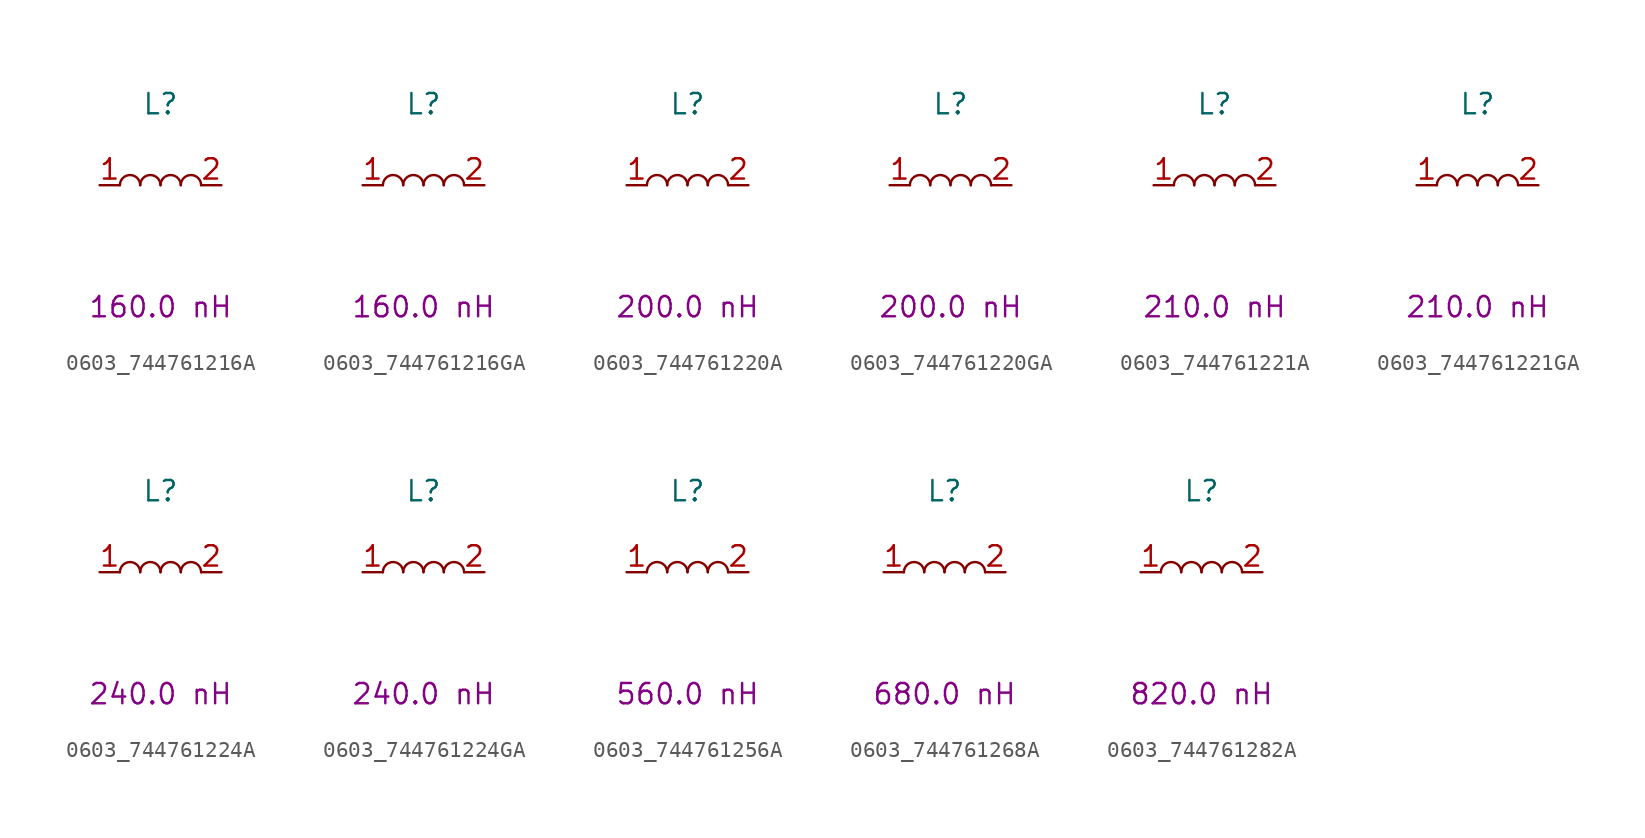
<source format=kicad_sym>
(kicad_symbol_lib
  (version 20220914)
  (generator kicad_symbol_editor)
  (symbol "0603_744761216A"
    (pin_names hide)
    (property "Reference" "L"
      (at 0 5.08 0)
      (effects (font (size 1.27 1.27))))
    (property "Critical Parameter" "160.0 nH"
      (at 0 -7.62 0)
      (effects (font (size 1.27 1.27))))
    (symbol "0603_744761216A_0_1"
      (arc (start -1.27 0) (mid -1.905 0.6323) (end -2.54 0) (stroke (width 0) (type default)) (fill (type none)))
      (arc (start 0 0) (mid -0.635 0.6323) (end -1.27 0) (stroke (width 0) (type default)) (fill (type none)))
      (arc (start 1.27 0) (mid 0.635 0.6323) (end 0 0) (stroke (width 0) (type default)) (fill (type none)))
      (arc (start 2.54 0) (mid 1.905 0.6323) (end 1.27 0) (stroke (width 0) (type default)) (fill (type none))))
    (symbol "0603_744761216A_1_1"
      (pin passive line (at -3.81 0 0) (length 1.27) (name "1" (effects (font (size 1.27 1.27)))) (number "1" (effects (font (size 1.27 1.27)))))
      (pin passive line (at 3.81 0 180) (length 1.27) (name "2" (effects (font (size 1.27 1.27)))) (number "2" (effects (font (size 1.27 1.27)))))))
  (symbol "0603_744761216GA"
    (pin_names hide)
    (property "Reference" "L"
      (at 0 5.08 0)
      (effects (font (size 1.27 1.27))))
    (property "Critical Parameter" "160.0 nH"
      (at 0 -7.62 0)
      (effects (font (size 1.27 1.27))))
    (symbol "0603_744761216GA_0_1"
      (arc (start -1.27 0) (mid -1.905 0.6323) (end -2.54 0) (stroke (width 0) (type default)) (fill (type none)))
      (arc (start 0 0) (mid -0.635 0.6323) (end -1.27 0) (stroke (width 0) (type default)) (fill (type none)))
      (arc (start 1.27 0) (mid 0.635 0.6323) (end 0 0) (stroke (width 0) (type default)) (fill (type none)))
      (arc (start 2.54 0) (mid 1.905 0.6323) (end 1.27 0) (stroke (width 0) (type default)) (fill (type none))))
    (symbol "0603_744761216GA_1_1"
      (pin passive line (at -3.81 0 0) (length 1.27) (name "1" (effects (font (size 1.27 1.27)))) (number "1" (effects (font (size 1.27 1.27)))))
      (pin passive line (at 3.81 0 180) (length 1.27) (name "2" (effects (font (size 1.27 1.27)))) (number "2" (effects (font (size 1.27 1.27)))))))
  (symbol "0603_744761220A"
    (pin_names hide)
    (property "Reference" "L"
      (at 0 5.08 0)
      (effects (font (size 1.27 1.27))))
    (property "Critical Parameter" "200.0 nH"
      (at 0 -7.62 0)
      (effects (font (size 1.27 1.27))))
    (symbol "0603_744761220A_0_1"
      (arc (start -1.27 0) (mid -1.905 0.6323) (end -2.54 0) (stroke (width 0) (type default)) (fill (type none)))
      (arc (start 0 0) (mid -0.635 0.6323) (end -1.27 0) (stroke (width 0) (type default)) (fill (type none)))
      (arc (start 1.27 0) (mid 0.635 0.6323) (end 0 0) (stroke (width 0) (type default)) (fill (type none)))
      (arc (start 2.54 0) (mid 1.905 0.6323) (end 1.27 0) (stroke (width 0) (type default)) (fill (type none))))
    (symbol "0603_744761220A_1_1"
      (pin passive line (at -3.81 0 0) (length 1.27) (name "1" (effects (font (size 1.27 1.27)))) (number "1" (effects (font (size 1.27 1.27)))))
      (pin passive line (at 3.81 0 180) (length 1.27) (name "2" (effects (font (size 1.27 1.27)))) (number "2" (effects (font (size 1.27 1.27)))))))
  (symbol "0603_744761220GA"
    (pin_names hide)
    (property "Reference" "L"
      (at 0 5.08 0)
      (effects (font (size 1.27 1.27))))
    (property "Critical Parameter" "200.0 nH"
      (at 0 -7.62 0)
      (effects (font (size 1.27 1.27))))
    (symbol "0603_744761220GA_0_1"
      (arc (start -1.27 0) (mid -1.905 0.6323) (end -2.54 0) (stroke (width 0) (type default)) (fill (type none)))
      (arc (start 0 0) (mid -0.635 0.6323) (end -1.27 0) (stroke (width 0) (type default)) (fill (type none)))
      (arc (start 1.27 0) (mid 0.635 0.6323) (end 0 0) (stroke (width 0) (type default)) (fill (type none)))
      (arc (start 2.54 0) (mid 1.905 0.6323) (end 1.27 0) (stroke (width 0) (type default)) (fill (type none))))
    (symbol "0603_744761220GA_1_1"
      (pin passive line (at -3.81 0 0) (length 1.27) (name "1" (effects (font (size 1.27 1.27)))) (number "1" (effects (font (size 1.27 1.27)))))
      (pin passive line (at 3.81 0 180) (length 1.27) (name "2" (effects (font (size 1.27 1.27)))) (number "2" (effects (font (size 1.27 1.27)))))))
  (symbol "0603_744761221A"
    (pin_names hide)
    (property "Reference" "L"
      (at 0 5.08 0)
      (effects (font (size 1.27 1.27))))
    (property "Critical Parameter" "210.0 nH"
      (at 0 -7.62 0)
      (effects (font (size 1.27 1.27))))
    (symbol "0603_744761221A_0_1"
      (arc (start -1.27 0) (mid -1.905 0.6323) (end -2.54 0) (stroke (width 0) (type default)) (fill (type none)))
      (arc (start 0 0) (mid -0.635 0.6323) (end -1.27 0) (stroke (width 0) (type default)) (fill (type none)))
      (arc (start 1.27 0) (mid 0.635 0.6323) (end 0 0) (stroke (width 0) (type default)) (fill (type none)))
      (arc (start 2.54 0) (mid 1.905 0.6323) (end 1.27 0) (stroke (width 0) (type default)) (fill (type none))))
    (symbol "0603_744761221A_1_1"
      (pin passive line (at -3.81 0 0) (length 1.27) (name "1" (effects (font (size 1.27 1.27)))) (number "1" (effects (font (size 1.27 1.27)))))
      (pin passive line (at 3.81 0 180) (length 1.27) (name "2" (effects (font (size 1.27 1.27)))) (number "2" (effects (font (size 1.27 1.27)))))))
  (symbol "0603_744761221GA"
    (pin_names hide)
    (property "Reference" "L"
      (at 0 5.08 0)
      (effects (font (size 1.27 1.27))))
    (property "Critical Parameter" "210.0 nH"
      (at 0 -7.62 0)
      (effects (font (size 1.27 1.27))))
    (symbol "0603_744761221GA_0_1"
      (arc (start -1.27 0) (mid -1.905 0.6323) (end -2.54 0) (stroke (width 0) (type default)) (fill (type none)))
      (arc (start 0 0) (mid -0.635 0.6323) (end -1.27 0) (stroke (width 0) (type default)) (fill (type none)))
      (arc (start 1.27 0) (mid 0.635 0.6323) (end 0 0) (stroke (width 0) (type default)) (fill (type none)))
      (arc (start 2.54 0) (mid 1.905 0.6323) (end 1.27 0) (stroke (width 0) (type default)) (fill (type none))))
    (symbol "0603_744761221GA_1_1"
      (pin passive line (at -3.81 0 0) (length 1.27) (name "1" (effects (font (size 1.27 1.27)))) (number "1" (effects (font (size 1.27 1.27)))))
      (pin passive line (at 3.81 0 180) (length 1.27) (name "2" (effects (font (size 1.27 1.27)))) (number "2" (effects (font (size 1.27 1.27)))))))
  (symbol "0603_744761224A"
    (pin_names hide)
    (property "Reference" "L"
      (at 0 5.08 0)
      (effects (font (size 1.27 1.27))))
    (property "Critical Parameter" "240.0 nH"
      (at 0 -7.62 0)
      (effects (font (size 1.27 1.27))))
    (symbol "0603_744761224A_0_1"
      (arc (start -1.27 0) (mid -1.905 0.6323) (end -2.54 0) (stroke (width 0) (type default)) (fill (type none)))
      (arc (start 0 0) (mid -0.635 0.6323) (end -1.27 0) (stroke (width 0) (type default)) (fill (type none)))
      (arc (start 1.27 0) (mid 0.635 0.6323) (end 0 0) (stroke (width 0) (type default)) (fill (type none)))
      (arc (start 2.54 0) (mid 1.905 0.6323) (end 1.27 0) (stroke (width 0) (type default)) (fill (type none))))
    (symbol "0603_744761224A_1_1"
      (pin passive line (at -3.81 0 0) (length 1.27) (name "1" (effects (font (size 1.27 1.27)))) (number "1" (effects (font (size 1.27 1.27)))))
      (pin passive line (at 3.81 0 180) (length 1.27) (name "2" (effects (font (size 1.27 1.27)))) (number "2" (effects (font (size 1.27 1.27)))))))
  (symbol "0603_744761224GA"
    (pin_names hide)
    (property "Reference" "L"
      (at 0 5.08 0)
      (effects (font (size 1.27 1.27))))
    (property "Critical Parameter" "240.0 nH"
      (at 0 -7.62 0)
      (effects (font (size 1.27 1.27))))
    (symbol "0603_744761224GA_0_1"
      (arc (start -1.27 0) (mid -1.905 0.6323) (end -2.54 0) (stroke (width 0) (type default)) (fill (type none)))
      (arc (start 0 0) (mid -0.635 0.6323) (end -1.27 0) (stroke (width 0) (type default)) (fill (type none)))
      (arc (start 1.27 0) (mid 0.635 0.6323) (end 0 0) (stroke (width 0) (type default)) (fill (type none)))
      (arc (start 2.54 0) (mid 1.905 0.6323) (end 1.27 0) (stroke (width 0) (type default)) (fill (type none))))
    (symbol "0603_744761224GA_1_1"
      (pin passive line (at -3.81 0 0) (length 1.27) (name "1" (effects (font (size 1.27 1.27)))) (number "1" (effects (font (size 1.27 1.27)))))
      (pin passive line (at 3.81 0 180) (length 1.27) (name "2" (effects (font (size 1.27 1.27)))) (number "2" (effects (font (size 1.27 1.27)))))))
  (symbol "0603_744761256A"
    (pin_names hide)
    (property "Reference" "L"
      (at 0 5.08 0)
      (effects (font (size 1.27 1.27))))
    (property "Critical Parameter" "560.0 nH"
      (at 0 -7.62 0)
      (effects (font (size 1.27 1.27))))
    (symbol "0603_744761256A_0_1"
      (arc (start -1.27 0) (mid -1.905 0.6323) (end -2.54 0) (stroke (width 0) (type default)) (fill (type none)))
      (arc (start 0 0) (mid -0.635 0.6323) (end -1.27 0) (stroke (width 0) (type default)) (fill (type none)))
      (arc (start 1.27 0) (mid 0.635 0.6323) (end 0 0) (stroke (width 0) (type default)) (fill (type none)))
      (arc (start 2.54 0) (mid 1.905 0.6323) (end 1.27 0) (stroke (width 0) (type default)) (fill (type none))))
    (symbol "0603_744761256A_1_1"
      (pin passive line (at -3.81 0 0) (length 1.27) (name "1" (effects (font (size 1.27 1.27)))) (number "1" (effects (font (size 1.27 1.27)))))
      (pin passive line (at 3.81 0 180) (length 1.27) (name "2" (effects (font (size 1.27 1.27)))) (number "2" (effects (font (size 1.27 1.27)))))))
  (symbol "0603_744761268A"
    (pin_names hide)
    (property "Reference" "L"
      (at 0 5.08 0)
      (effects (font (size 1.27 1.27))))
    (property "Critical Parameter" "680.0 nH"
      (at 0 -7.62 0)
      (effects (font (size 1.27 1.27))))
    (symbol "0603_744761268A_0_1"
      (arc (start -1.27 0) (mid -1.905 0.6323) (end -2.54 0) (stroke (width 0) (type default)) (fill (type none)))
      (arc (start 0 0) (mid -0.635 0.6323) (end -1.27 0) (stroke (width 0) (type default)) (fill (type none)))
      (arc (start 1.27 0) (mid 0.635 0.6323) (end 0 0) (stroke (width 0) (type default)) (fill (type none)))
      (arc (start 2.54 0) (mid 1.905 0.6323) (end 1.27 0) (stroke (width 0) (type default)) (fill (type none))))
    (symbol "0603_744761268A_1_1"
      (pin passive line (at -3.81 0 0) (length 1.27) (name "1" (effects (font (size 1.27 1.27)))) (number "1" (effects (font (size 1.27 1.27)))))
      (pin passive line (at 3.81 0 180) (length 1.27) (name "2" (effects (font (size 1.27 1.27)))) (number "2" (effects (font (size 1.27 1.27)))))))
  (symbol "0603_744761282A"
    (pin_names hide)
    (property "Reference" "L"
      (at 0 5.08 0)
      (effects (font (size 1.27 1.27))))
    (property "Critical Parameter" "820.0 nH"
      (at 0 -7.62 0)
      (effects (font (size 1.27 1.27))))
    (symbol "0603_744761282A_0_1"
      (arc (start -1.27 0) (mid -1.905 0.6323) (end -2.54 0) (stroke (width 0) (type default)) (fill (type none)))
      (arc (start 0 0) (mid -0.635 0.6323) (end -1.27 0) (stroke (width 0) (type default)) (fill (type none)))
      (arc (start 1.27 0) (mid 0.635 0.6323) (end 0 0) (stroke (width 0) (type default)) (fill (type none)))
      (arc (start 2.54 0) (mid 1.905 0.6323) (end 1.27 0) (stroke (width 0) (type default)) (fill (type none))))
    (symbol "0603_744761282A_1_1"
      (pin passive line (at -3.81 0 0) (length 1.27) (name "1" (effects (font (size 1.27 1.27)))) (number "1" (effects (font (size 1.27 1.27)))))
      (pin passive line (at 3.81 0 180) (length 1.27) (name "2" (effects (font (size 1.27 1.27)))) (number "2" (effects (font (size 1.27 1.27))))))))
</source>
